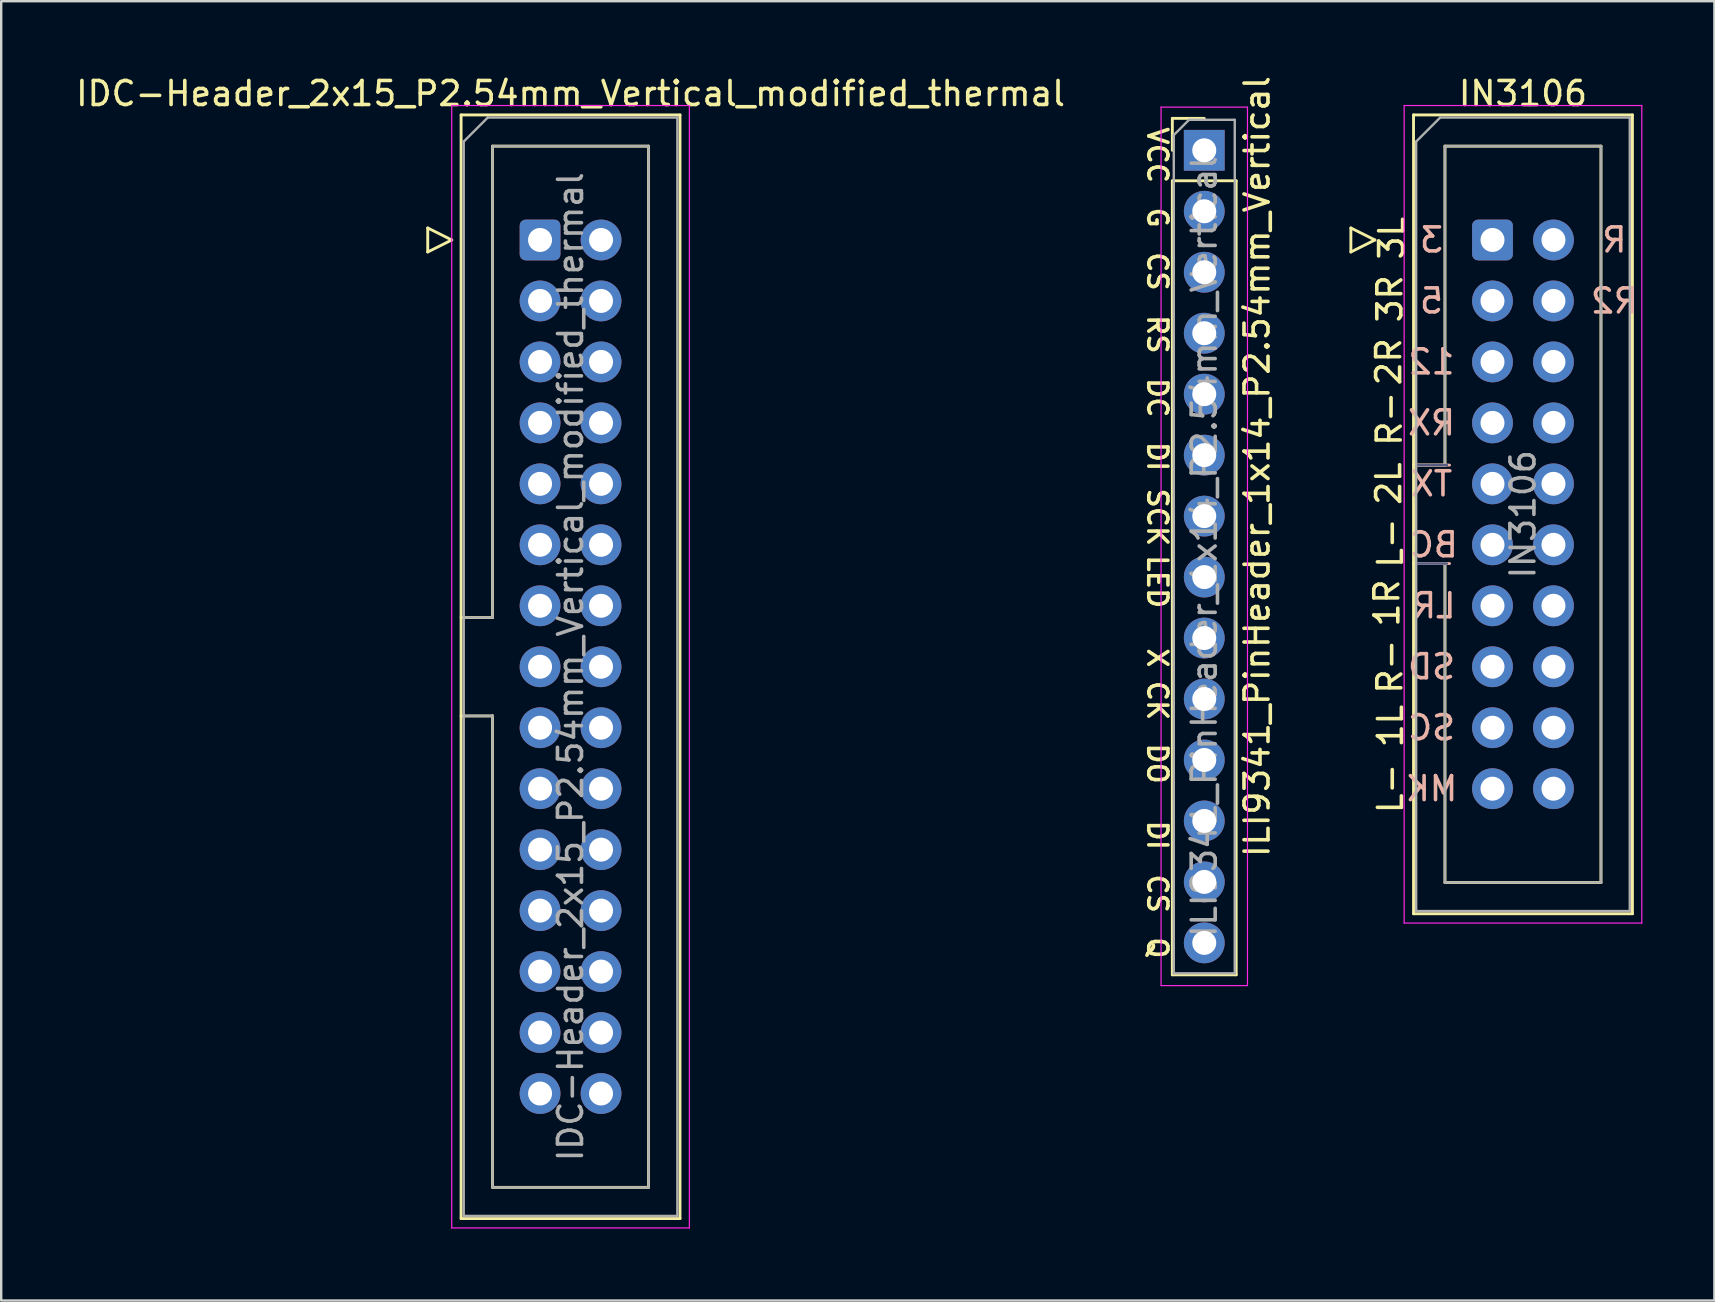
<source format=kicad_pcb>
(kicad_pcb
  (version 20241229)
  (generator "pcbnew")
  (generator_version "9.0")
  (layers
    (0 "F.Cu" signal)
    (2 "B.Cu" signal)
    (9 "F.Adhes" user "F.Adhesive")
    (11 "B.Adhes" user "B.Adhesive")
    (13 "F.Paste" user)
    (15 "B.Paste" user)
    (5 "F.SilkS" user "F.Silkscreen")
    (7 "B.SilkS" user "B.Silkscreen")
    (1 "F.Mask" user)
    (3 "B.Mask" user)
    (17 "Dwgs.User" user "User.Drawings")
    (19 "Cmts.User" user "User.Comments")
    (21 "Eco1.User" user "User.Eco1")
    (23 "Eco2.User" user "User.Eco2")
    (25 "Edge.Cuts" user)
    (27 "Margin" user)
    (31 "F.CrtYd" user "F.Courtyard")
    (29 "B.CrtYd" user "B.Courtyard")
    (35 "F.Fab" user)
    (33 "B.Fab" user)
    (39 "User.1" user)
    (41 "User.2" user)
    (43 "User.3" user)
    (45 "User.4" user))
  (footprint "IDC-Header_2x15_P2.54mm_Vertical_modified_thermal"
    (layer "F.Cu")
    (at 19.45 6.948)
    (property "Reference" "IDC-Header_2x15_P2.54mm_Vertical_modified_thermal" (at 1.27 -6.1 0) (layer "F.SilkS") (effects (font (size 1 1) (thickness 0.15))))
    (attr through_hole)
    (fp_line (start -4.68 -0.5) (end -4.68 0.5) (stroke (width 0.12) (type solid)) (layer "F.SilkS"))
    (fp_line (start -4.68 0.5) (end -3.68 0) (stroke (width 0.12) (type solid)) (layer "F.SilkS"))
    (fp_line (start -3.68 0) (end -4.68 -0.5) (stroke (width 0.12) (type solid)) (layer "F.SilkS"))
    (fp_line (start -3.29 -5.21) (end 5.83 -5.21) (stroke (width 0.12) (type solid)) (layer "F.SilkS"))
    (fp_line (start -3.29 15.73) (end -1.98 15.73) (stroke (width 0.12) (type solid)) (layer "F.SilkS"))
    (fp_line (start -3.29 40.77) (end -3.29 -5.21) (stroke (width 0.12) (type solid)) (layer "F.SilkS"))
    (fp_line (start -1.98 -3.91) (end 4.52 -3.91) (stroke (width 0.12) (type solid)) (layer "F.SilkS"))
    (fp_line (start -1.98 15.73) (end -1.98 -3.91) (stroke (width 0.12) (type solid)) (layer "F.SilkS"))
    (fp_line (start -1.98 19.83) (end -3.29 19.83) (stroke (width 0.12) (type solid)) (layer "F.SilkS"))
    (fp_line (start -1.98 19.83) (end -1.98 19.83) (stroke (width 0.12) (type solid)) (layer "F.SilkS"))
    (fp_line (start -1.98 39.47) (end -1.98 19.83) (stroke (width 0.12) (type solid)) (layer "F.SilkS"))
    (fp_line (start 4.52 -3.91) (end 4.52 39.47) (stroke (width 0.12) (type solid)) (layer "F.SilkS"))
    (fp_line (start 4.52 39.47) (end -1.98 39.47) (stroke (width 0.12) (type solid)) (layer "F.SilkS"))
    (fp_line (start 5.83 -5.21) (end 5.83 40.77) (stroke (width 0.12) (type solid)) (layer "F.SilkS"))
    (fp_line (start 5.83 40.77) (end -3.29 40.77) (stroke (width 0.12) (type solid)) (layer "F.SilkS"))
    (fp_line (start -3.68 -5.6) (end -3.68 41.16) (stroke (width 0.05) (type solid)) (layer "F.CrtYd"))
    (fp_line (start -3.68 41.16) (end 6.22 41.16) (stroke (width 0.05) (type solid)) (layer "F.CrtYd"))
    (fp_line (start 6.22 -5.6) (end -3.68 -5.6) (stroke (width 0.05) (type solid)) (layer "F.CrtYd"))
    (fp_line (start 6.22 41.16) (end 6.22 -5.6) (stroke (width 0.05) (type solid)) (layer "F.CrtYd"))
    (fp_line (start -3.18 -4.1) (end -2.18 -5.1) (stroke (width 0.1) (type solid)) (layer "F.Fab"))
    (fp_line (start -3.18 15.73) (end -1.98 15.73) (stroke (width 0.1) (type solid)) (layer "F.Fab"))
    (fp_line (start -3.18 40.66) (end -3.18 -4.1) (stroke (width 0.1) (type solid)) (layer "F.Fab"))
    (fp_line (start -2.18 -5.1) (end 5.72 -5.1) (stroke (width 0.1) (type solid)) (layer "F.Fab"))
    (fp_line (start -1.98 -3.91) (end 4.52 -3.91) (stroke (width 0.1) (type solid)) (layer "F.Fab"))
    (fp_line (start -1.98 15.73) (end -1.98 -3.91) (stroke (width 0.1) (type solid)) (layer "F.Fab"))
    (fp_line (start -1.98 19.83) (end -3.18 19.83) (stroke (width 0.1) (type solid)) (layer "F.Fab"))
    (fp_line (start -1.98 19.83) (end -1.98 19.83) (stroke (width 0.1) (type solid)) (layer "F.Fab"))
    (fp_line (start -1.98 39.47) (end -1.98 19.83) (stroke (width 0.1) (type solid)) (layer "F.Fab"))
    (fp_line (start 4.52 -3.91) (end 4.52 39.47) (stroke (width 0.1) (type solid)) (layer "F.Fab"))
    (fp_line (start 4.52 39.47) (end -1.98 39.47) (stroke (width 0.1) (type solid)) (layer "F.Fab"))
    (fp_line (start 5.72 -5.1) (end 5.72 40.66) (stroke (width 0.1) (type solid)) (layer "F.Fab"))
    (fp_line (start 5.72 40.66) (end -3.18 40.66) (stroke (width 0.1) (type solid)) (layer "F.Fab"))
    (fp_text user "${REFERENCE}" (at 1.27 17.78 90) (layer "F.Fab") (effects (font (size 1 1) (thickness 0.15))))
    (pad "1" thru_hole roundrect (at 0 0) (size 1.7 1.7) (drill 1) (layers "*.Cu" "*.Mask") (roundrect_rratio 0.147))
    (pad "2" thru_hole circle (at 2.54 0 45) (size 1.7 1.7) (drill 1) (layers "*.Cu" "*.Mask"))
    (pad "3" thru_hole circle (at 0 2.54) (size 1.7 1.7) (drill 1) (layers "*.Cu" "*.Mask"))
    (pad "4" thru_hole circle (at 2.54 2.54 45) (size 1.7 1.7) (drill 1) (layers "*.Cu" "*.Mask"))
    (pad "5" thru_hole circle (at 0 5.08) (size 1.7 1.7) (drill 1) (layers "*.Cu" "*.Mask"))
    (pad "6" thru_hole circle (at 2.54 5.08 45) (size 1.7 1.7) (drill 1) (layers "*.Cu" "*.Mask"))
    (pad "7" thru_hole circle (at 0 7.62) (size 1.7 1.7) (drill 1) (layers "*.Cu" "*.Mask"))
    (pad "8" thru_hole circle (at 2.54 7.62 45) (size 1.7 1.7) (drill 1) (layers "*.Cu" "*.Mask"))
    (pad "9" thru_hole circle (at 0 10.16) (size 1.7 1.7) (drill 1) (layers "*.Cu" "*.Mask"))
    (pad "10" thru_hole circle (at 2.54 10.16 45) (size 1.7 1.7) (drill 1) (layers "*.Cu" "*.Mask"))
    (pad "11" thru_hole circle (at 0 12.7) (size 1.7 1.7) (drill 1) (layers "*.Cu" "*.Mask"))
    (pad "12" thru_hole circle (at 2.54 12.7 45) (size 1.7 1.7) (drill 1) (layers "*.Cu" "*.Mask"))
    (pad "13" thru_hole circle (at 0 15.24) (size 1.7 1.7) (drill 1) (layers "*.Cu" "*.Mask"))
    (pad "14" thru_hole circle (at 2.54 15.24 45) (size 1.7 1.7) (drill 1) (layers "*.Cu" "*.Mask"))
    (pad "15" thru_hole circle (at 0 17.78) (size 1.7 1.7) (drill 1) (layers "*.Cu" "*.Mask"))
    (pad "16" thru_hole circle (at 2.54 17.78 45) (size 1.7 1.7) (drill 1) (layers "*.Cu" "*.Mask"))
    (pad "17" thru_hole circle (at 0 20.32) (size 1.7 1.7) (drill 1) (layers "*.Cu" "*.Mask"))
    (pad "18" thru_hole circle (at 2.54 20.32 45) (size 1.7 1.7) (drill 1) (layers "*.Cu" "*.Mask"))
    (pad "19" thru_hole circle (at 0 22.86) (size 1.7 1.7) (drill 1) (layers "*.Cu" "*.Mask"))
    (pad "20" thru_hole circle (at 2.54 22.86 45) (size 1.7 1.7) (drill 1) (layers "*.Cu" "*.Mask"))
    (pad "21" thru_hole circle (at 0 25.4) (size 1.7 1.7) (drill 1) (layers "*.Cu" "*.Mask"))
    (pad "22" thru_hole circle (at 2.54 25.4 45) (size 1.7 1.7) (drill 1) (layers "*.Cu" "*.Mask"))
    (pad "23" thru_hole circle (at 0 27.94) (size 1.7 1.7) (drill 1) (layers "*.Cu" "*.Mask"))
    (pad "24" thru_hole circle (at 2.54 27.94 45) (size 1.7 1.7) (drill 1) (layers "*.Cu" "*.Mask"))
    (pad "25" thru_hole circle (at 0 30.48) (size 1.7 1.7) (drill 1) (layers "*.Cu" "*.Mask"))
    (pad "26" thru_hole circle (at 2.54 30.48 45) (size 1.7 1.7) (drill 1) (layers "*.Cu" "*.Mask"))
    (pad "27" thru_hole circle (at 0 33.02) (size 1.7 1.7) (drill 1) (layers "*.Cu" "*.Mask"))
    (pad "28" thru_hole circle (at 2.54 33.02 45) (size 1.7 1.7) (drill 1) (layers "*.Cu" "*.Mask"))
    (pad "29" thru_hole circle (at 0 35.56) (size 1.7 1.7) (drill 1) (layers "*.Cu" "*.Mask"))
    (pad "30" thru_hole circle (at 2.54 35.56 45) (size 1.7 1.7) (drill 1) (layers "*.Cu" "*.Mask")))
  (footprint "IN3106"
    (layer "F.Cu")
    (at 59.13 6.948)
    (property "Reference" "IN3106" (at 1.27 -6.1 0) (layer "F.SilkS") (effects (font (size 1 1) (thickness 0.15))))
    (attr through_hole)
    (fp_line (start -5.9 -0.5) (end -5.9 0.5) (stroke (width 0.12) (type solid)) (layer "F.SilkS"))
    (fp_line (start -5.9 0.5) (end -4.9 0) (stroke (width 0.12) (type solid)) (layer "F.SilkS"))
    (fp_line (start -4.9 0) (end -5.9 -0.5) (stroke (width 0.12) (type solid)) (layer "F.SilkS"))
    (fp_line (start -3.29 -5.21) (end 5.83 -5.21) (stroke (width 0.12) (type solid)) (layer "F.SilkS"))
    (fp_line (start -3.29 9.38) (end -1.98 9.38) (stroke (width 0.12) (type solid)) (layer "F.SilkS"))
    (fp_line (start -3.29 28.07) (end -3.29 -5.21) (stroke (width 0.12) (type solid)) (layer "F.SilkS"))
    (fp_line (start -1.98 -3.91) (end 4.52 -3.91) (stroke (width 0.12) (type solid)) (layer "F.SilkS"))
    (fp_line (start -1.98 9.38) (end -1.98 -3.91) (stroke (width 0.12) (type solid)) (layer "F.SilkS"))
    (fp_line (start -1.98 13.48) (end -3.29 13.48) (stroke (width 0.12) (type solid)) (layer "F.SilkS"))
    (fp_line (start -1.98 13.48) (end -1.98 13.48) (stroke (width 0.12) (type solid)) (layer "F.SilkS"))
    (fp_line (start -1.98 26.77) (end -1.98 13.48) (stroke (width 0.12) (type solid)) (layer "F.SilkS"))
    (fp_line (start 4.52 -3.91) (end 4.52 26.77) (stroke (width 0.12) (type solid)) (layer "F.SilkS"))
    (fp_line (start 4.52 26.77) (end -1.98 26.77) (stroke (width 0.12) (type solid)) (layer "F.SilkS"))
    (fp_line (start 5.83 -5.21) (end 5.83 28.07) (stroke (width 0.12) (type solid)) (layer "F.SilkS"))
    (fp_line (start 5.83 28.07) (end -3.29 28.07) (stroke (width 0.12) (type solid)) (layer "F.SilkS"))
    (fp_line (start -3.1 13.48) (end -1.79 13.48) (stroke (width 0.12) (type solid)) (layer "B.SilkS"))
    (fp_line (start -1.79 9.38) (end -3.1 9.38) (stroke (width 0.12) (type solid)) (layer "B.SilkS"))
    (fp_line (start -3.68 -5.6) (end -3.68 28.46) (stroke (width 0.05) (type solid)) (layer "F.CrtYd"))
    (fp_line (start -3.68 28.46) (end 6.22 28.46) (stroke (width 0.05) (type solid)) (layer "F.CrtYd"))
    (fp_line (start 6.22 -5.6) (end -3.68 -5.6) (stroke (width 0.05) (type solid)) (layer "F.CrtYd"))
    (fp_line (start 6.22 28.46) (end 6.22 -5.6) (stroke (width 0.05) (type solid)) (layer "F.CrtYd"))
    (fp_line (start -3.1 13.48) (end -1.9 13.48) (stroke (width 0.1) (type solid)) (layer "B.Fab"))
    (fp_line (start -1.9 9.38) (end -3.1 9.38) (stroke (width 0.1) (type solid)) (layer "B.Fab"))
    (fp_line (start -3.18 -4.1) (end -2.18 -5.1) (stroke (width 0.1) (type solid)) (layer "F.Fab"))
    (fp_line (start -3.18 9.38) (end -1.98 9.38) (stroke (width 0.1) (type solid)) (layer "F.Fab"))
    (fp_line (start -3.18 27.96) (end -3.18 -4.1) (stroke (width 0.1) (type solid)) (layer "F.Fab"))
    (fp_line (start -2.18 -5.1) (end 5.72 -5.1) (stroke (width 0.1) (type solid)) (layer "F.Fab"))
    (fp_line (start -1.98 -3.91) (end 4.52 -3.91) (stroke (width 0.1) (type solid)) (layer "F.Fab"))
    (fp_line (start -1.98 9.38) (end -1.98 -3.91) (stroke (width 0.1) (type solid)) (layer "F.Fab"))
    (fp_line (start -1.98 13.48) (end -3.18 13.48) (stroke (width 0.1) (type solid)) (layer "F.Fab"))
    (fp_line (start -1.98 13.48) (end -1.98 13.48) (stroke (width 0.1) (type solid)) (layer "F.Fab"))
    (fp_line (start -1.98 26.77) (end -1.98 13.48) (stroke (width 0.1) (type solid)) (layer "F.Fab"))
    (fp_line (start 4.52 -3.91) (end 4.52 26.77) (stroke (width 0.1) (type solid)) (layer "F.Fab"))
    (fp_line (start 4.52 26.77) (end -1.98 26.77) (stroke (width 0.1) (type solid)) (layer "F.Fab"))
    (fp_line (start 5.72 -5.1) (end 5.72 27.96) (stroke (width 0.1) (type solid)) (layer "F.Fab"))
    (fp_line (start 5.72 27.96) (end -3.18 27.96) (stroke (width 0.1) (type solid)) (layer "F.Fab"))
    (fp_text user "L-" (at -4.25 12.625 90) (unlocked yes) (layer "F.SilkS") (effects (font (size 1 1) (thickness 0.15))))
    (fp_text user "2L" (at -4.325 10.15 90) (unlocked yes) (layer "F.SilkS") (effects (font (size 1 1) (thickness 0.15))))
    (fp_text user "L-" (at -4.25 22.85 90) (unlocked yes) (layer "F.SilkS") (effects (font (size 1 1) (thickness 0.15))))
    (fp_text user "3L" (at -4.2 -0.075 90) (unlocked yes) (layer "F.SilkS") (effects (font (size 1 1) (thickness 0.15))))
    (fp_text user "R-" (at -4.275 17.775 90) (unlocked yes) (layer "F.SilkS") (effects (font (size 1 1) (thickness 0.15))))
    (fp_text user "R-" (at -4.3 7.45 90) (unlocked yes) (layer "F.SilkS") (effects (font (size 1 1) (thickness 0.15))))
    (fp_text user "2R" (at -4.325 5.075 90) (unlocked yes) (layer "F.SilkS") (effects (font (size 1 1) (thickness 0.15))))
    (fp_text user "1R" (at -4.4 15.125 90) (unlocked yes) (layer "F.SilkS") (effects (font (size 1 1) (thickness 0.15))))
    (fp_text user "3R" (at -4.275 2.45 90) (unlocked yes) (layer "F.SilkS") (effects (font (size 1 1) (thickness 0.15))))
    (fp_text user "1L" (at -4.25 20.25 90) (unlocked yes) (layer "F.SilkS") (effects (font (size 1 1) (thickness 0.15))))
    (fp_text user "SC" (at -2.54 20.32 0) (unlocked yes) (layer "B.SilkS") (effects (font (size 1 1) (thickness 0.15)) (justify mirror)))
    (fp_text user "R2" (at 5.08 2.54 0) (unlocked yes) (layer "B.SilkS") (effects (font (size 1 1) (thickness 0.15)) (justify mirror)))
    (fp_text user "RX" (at -2.54 7.62 0) (unlocked yes) (layer "B.SilkS") (effects (font (size 1 1) (thickness 0.15)) (justify mirror)))
    (fp_text user "MK" (at -2.54 22.86 0) (unlocked yes) (layer "B.SilkS") (effects (font (size 1 1) (thickness 0.15)) (justify mirror)))
    (fp_text user "LR" (at -2.445 15.24 0) (unlocked yes) (layer "B.SilkS") (effects (font (size 1 1) (thickness 0.15)) (justify mirror)))
    (fp_text user "12" (at -2.54 5.08 0) (unlocked yes) (layer "B.SilkS") (effects (font (size 1 1) (thickness 0.15)) (justify mirror)))
    (fp_text user "TX" (at -2.54 10.16 0) (unlocked yes) (layer "B.SilkS") (effects (font (size 1 1) (thickness 0.15)) (justify mirror)))
    (fp_text user "3" (at -2.54 0 0) (unlocked yes) (layer "B.SilkS") (effects (font (size 1 1) (thickness 0.15)) (justify mirror)))
    (fp_text user "R" (at 5.08 0 0) (unlocked yes) (layer "B.SilkS") (effects (font (size 1 1) (thickness 0.15)) (justify mirror)))
    (fp_text user "SD" (at -2.54 17.78 0) (unlocked yes) (layer "B.SilkS") (effects (font (size 1 1) (thickness 0.15)) (justify mirror)))
    (fp_text user "5" (at -2.54 2.54 0) (unlocked yes) (layer "B.SilkS") (effects (font (size 1 1) (thickness 0.15)) (justify mirror)))
    (fp_text user "BC" (at -2.445 12.7 0) (unlocked yes) (layer "B.SilkS") (effects (font (size 1 1) (thickness 0.15)) (justify mirror)))
    (fp_text user "${REFERENCE}" (at 1.27 11.43 90) (layer "F.Fab") (effects (font (size 1 1) (thickness 0.15))))
    (pad "1" thru_hole roundrect (at 0 0) (size 1.7 1.7) (drill 1) (layers "*.Cu" "*.Mask") (roundrect_rratio 0.147))
    (pad "2" thru_hole circle (at 2.54 0) (size 1.7 1.7) (drill 1) (layers "*.Cu" "*.Mask"))
    (pad "3" thru_hole circle (at 0 2.54) (size 1.7 1.7) (drill 1) (layers "*.Cu" "*.Mask"))
    (pad "4" thru_hole circle (at 2.54 2.54) (size 1.7 1.7) (drill 1) (layers "*.Cu" "*.Mask"))
    (pad "5" thru_hole circle (at 0 5.08) (size 1.7 1.7) (drill 1) (layers "*.Cu" "*.Mask"))
    (pad "6" thru_hole circle (at 2.54 5.08) (size 1.7 1.7) (drill 1) (layers "*.Cu" "*.Mask"))
    (pad "7" thru_hole circle (at 0 7.62) (size 1.7 1.7) (drill 1) (layers "*.Cu" "*.Mask"))
    (pad "8" thru_hole circle (at 2.54 7.62) (size 1.7 1.7) (drill 1) (layers "*.Cu" "*.Mask"))
    (pad "9" thru_hole circle (at 0 10.16) (size 1.7 1.7) (drill 1) (layers "*.Cu" "*.Mask"))
    (pad "10" thru_hole circle (at 2.54 10.16) (size 1.7 1.7) (drill 1) (layers "*.Cu" "*.Mask"))
    (pad "11" thru_hole circle (at 0 12.7) (size 1.7 1.7) (drill 1) (layers "*.Cu" "*.Mask"))
    (pad "12" thru_hole circle (at 2.54 12.7) (size 1.7 1.7) (drill 1) (layers "*.Cu" "*.Mask"))
    (pad "13" thru_hole circle (at 0 15.24) (size 1.7 1.7) (drill 1) (layers "*.Cu" "*.Mask"))
    (pad "14" thru_hole circle (at 2.54 15.24) (size 1.7 1.7) (drill 1) (layers "*.Cu" "*.Mask"))
    (pad "15" thru_hole circle (at 0 17.78) (size 1.7 1.7) (drill 1) (layers "*.Cu" "*.Mask"))
    (pad "16" thru_hole circle (at 2.54 17.78) (size 1.7 1.7) (drill 1) (layers "*.Cu" "*.Mask"))
    (pad "17" thru_hole circle (at 0 20.32) (size 1.7 1.7) (drill 1) (layers "*.Cu" "*.Mask"))
    (pad "18" thru_hole circle (at 2.54 20.32) (size 1.7 1.7) (drill 1) (layers "*.Cu" "*.Mask"))
    (pad "19" thru_hole circle (at 0 22.86) (size 1.7 1.7) (drill 1) (layers "*.Cu" "*.Mask"))
    (pad "20" thru_hole circle (at 2.54 22.86) (size 1.7 1.7) (drill 1) (layers "*.Cu" "*.Mask")))
  (footprint "ILI9341_PinHeader_1x14_P2.54mm_Vertical"
    (layer "F.Cu")
    (at 47.122 3.212)
    (property "Reference" "ILI9341_PinHeader_1x14_P2.54mm_Vertical" (at 2.2 13.175 90) (layer "F.SilkS") (effects (font (size 1 1) (thickness 0.15))))
    (attr through_hole exclude_from_bom)
    (fp_line (start -1.33 -1.33) (end 0 -1.33) (stroke (width 0.12) (type solid)) (layer "F.SilkS"))
    (fp_line (start -1.33 0) (end -1.33 -1.33) (stroke (width 0.12) (type solid)) (layer "F.SilkS"))
    (fp_line (start -1.33 1.27) (end -1.33 34.35) (stroke (width 0.12) (type solid)) (layer "F.SilkS"))
    (fp_line (start -1.33 1.27) (end 1.33 1.27) (stroke (width 0.12) (type solid)) (layer "F.SilkS"))
    (fp_line (start -1.33 34.35) (end 1.33 34.35) (stroke (width 0.12) (type solid)) (layer "F.SilkS"))
    (fp_line (start 1.33 1.27) (end 1.33 34.35) (stroke (width 0.12) (type solid)) (layer "F.SilkS"))
    (fp_line (start -1.8 -1.8) (end -1.8 34.8) (stroke (width 0.05) (type solid)) (layer "F.CrtYd"))
    (fp_line (start -1.8 34.8) (end 1.8 34.8) (stroke (width 0.05) (type solid)) (layer "F.CrtYd"))
    (fp_line (start 1.8 -1.8) (end -1.8 -1.8) (stroke (width 0.05) (type solid)) (layer "F.CrtYd"))
    (fp_line (start 1.8 34.8) (end 1.8 -1.8) (stroke (width 0.05) (type solid)) (layer "F.CrtYd"))
    (fp_line (start -1.27 -0.635) (end -0.635 -1.27) (stroke (width 0.1) (type solid)) (layer "F.Fab"))
    (fp_line (start -1.27 34.29) (end -1.27 -0.635) (stroke (width 0.1) (type solid)) (layer "F.Fab"))
    (fp_line (start -0.635 -1.27) (end 1.27 -1.27) (stroke (width 0.1) (type solid)) (layer "F.Fab"))
    (fp_line (start 1.27 -1.27) (end 1.27 34.29) (stroke (width 0.1) (type solid)) (layer "F.Fab"))
    (fp_line (start 1.27 34.29) (end -1.27 34.29) (stroke (width 0.1) (type solid)) (layer "F.Fab"))
    (fp_text user "SCK" (at -1.95 15.291 270) (unlocked yes) (layer "F.SilkS") (effects (font (size 0.8 0.8) (thickness 0.15))))
    (fp_text user "CK" (at -1.95 22.925 270) (unlocked yes) (layer "F.SilkS") (effects (font (size 0.8 0.8) (thickness 0.15))))
    (fp_text user "LED" (at -1.95 17.975 270) (unlocked yes) (layer "F.SilkS") (effects (font (size 0.8 0.8) (thickness 0.15))))
    (fp_text user "DC" (at -1.95 10.308 270) (unlocked yes) (layer "F.SilkS") (effects (font (size 0.8 0.8) (thickness 0.15))))
    (fp_text user "X" (at -1.95 21.145 270) (unlocked yes) (layer "F.SilkS") (effects (font (size 0.8 0.8) (thickness 0.15))))
    (fp_text user "RS" (at -1.95 7.667 270) (unlocked yes) (layer "F.SilkS") (effects (font (size 0.8 0.8) (thickness 0.15))))
    (fp_text user "DI" (at -1.95 12.759 270) (unlocked yes) (layer "F.SilkS") (effects (font (size 0.8 0.8) (thickness 0.15))))
    (fp_text user "VCC" (at -1.95 0.2 270) (unlocked yes) (layer "F.SilkS") (effects (font (size 0.8 0.8) (thickness 0.15))))
    (fp_text user "DO" (at -1.95 25.55 270) (unlocked yes) (layer "F.SilkS") (effects (font (size 0.8 0.8) (thickness 0.15))))
    (fp_text user "DI" (at -1.95 28.536 270) (unlocked yes) (layer "F.SilkS") (effects (font (size 0.8 0.8) (thickness 0.15))))
    (fp_text user "Q" (at -1.95 33.228 270) (unlocked yes) (layer "F.SilkS") (effects (font (size 0.8 0.8) (thickness 0.15))))
    (fp_text user "CS" (at -1.95 5.045 270) (unlocked yes) (layer "F.SilkS") (effects (font (size 0.8 0.8) (thickness 0.15))))
    (fp_text user "CS" (at -1.95 30.968 270) (unlocked yes) (layer "F.SilkS") (effects (font (size 0.8 0.8) (thickness 0.15))))
    (fp_text user "G" (at -1.95 2.803 270) (unlocked yes) (layer "F.SilkS") (effects (font (size 0.8 0.8) (thickness 0.15))))
    (fp_text user "${REFERENCE}" (at 0 16.51 90) (layer "F.Fab") (effects (font (size 1 1) (thickness 0.15))))
    (pad "1" thru_hole rect (at 0 0) (size 1.7 1.7) (drill 1) (layers "*.Cu" "*.Mask"))
    (pad "2" thru_hole oval (at 0 2.54) (size 1.7 1.7) (drill 1) (layers "*.Cu" "*.Mask"))
    (pad "3" thru_hole oval (at 0 5.08) (size 1.7 1.7) (drill 1) (layers "*.Cu" "*.Mask"))
    (pad "4" thru_hole oval (at 0 7.62) (size 1.7 1.7) (drill 1) (layers "*.Cu" "*.Mask"))
    (pad "5" thru_hole oval (at 0 10.16) (size 1.7 1.7) (drill 1) (layers "*.Cu" "*.Mask"))
    (pad "6" thru_hole oval (at 0 12.7) (size 1.7 1.7) (drill 1) (layers "*.Cu" "*.Mask"))
    (pad "7" thru_hole oval (at 0 15.24) (size 1.7 1.7) (drill 1) (layers "*.Cu" "*.Mask"))
    (pad "8" thru_hole oval (at 0 17.78) (size 1.7 1.7) (drill 1) (layers "*.Cu" "*.Mask"))
    (pad "9" thru_hole oval (at 0 20.32) (size 1.7 1.7) (drill 1) (layers "*.Cu" "*.Mask"))
    (pad "10" thru_hole oval (at 0 22.86) (size 1.7 1.7) (drill 1) (layers "*.Cu" "*.Mask"))
    (pad "11" thru_hole oval (at 0 25.4) (size 1.7 1.7) (drill 1) (layers "*.Cu" "*.Mask"))
    (pad "12" thru_hole oval (at 0 27.94) (size 1.7 1.7) (drill 1) (layers "*.Cu" "*.Mask"))
    (pad "13" thru_hole oval (at 0 30.48) (size 1.7 1.7) (drill 1) (layers "*.Cu" "*.Mask"))
    (pad "14" thru_hole oval (at 0 33.02) (size 1.7 1.7) (drill 1) (layers "*.Cu" "*.Mask")))
  (gr_rect
    (start -3 -3)
    (end 68.375 51.133)
    (stroke (width 0.1) (type default))
    (fill no)
    (layer "Edge.Cuts")))
</source>
